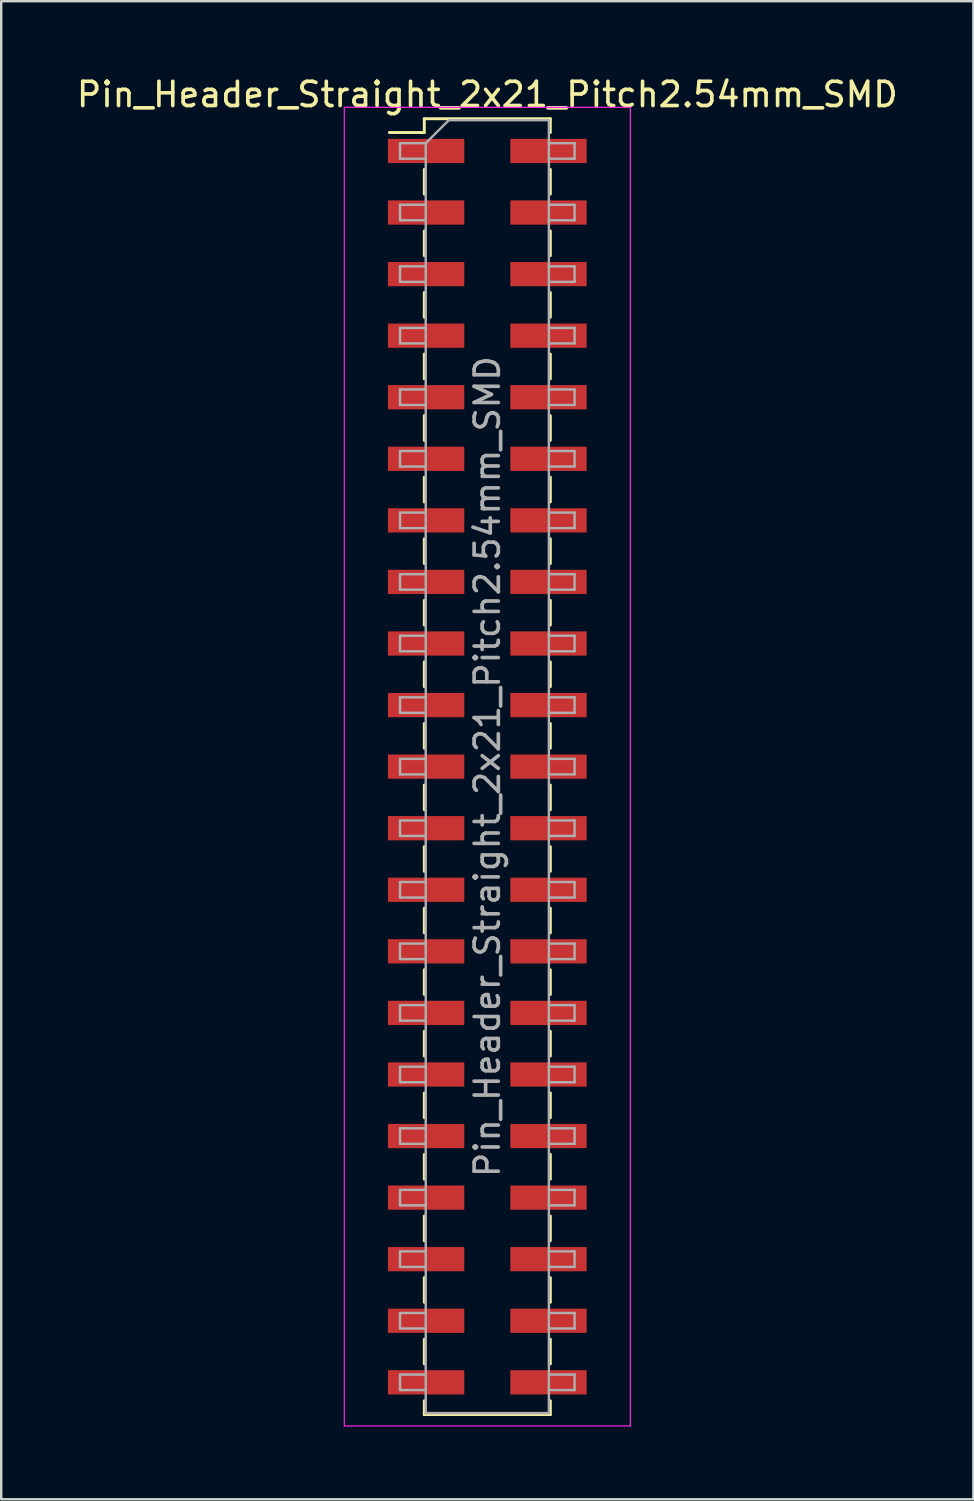
<source format=kicad_pcb>
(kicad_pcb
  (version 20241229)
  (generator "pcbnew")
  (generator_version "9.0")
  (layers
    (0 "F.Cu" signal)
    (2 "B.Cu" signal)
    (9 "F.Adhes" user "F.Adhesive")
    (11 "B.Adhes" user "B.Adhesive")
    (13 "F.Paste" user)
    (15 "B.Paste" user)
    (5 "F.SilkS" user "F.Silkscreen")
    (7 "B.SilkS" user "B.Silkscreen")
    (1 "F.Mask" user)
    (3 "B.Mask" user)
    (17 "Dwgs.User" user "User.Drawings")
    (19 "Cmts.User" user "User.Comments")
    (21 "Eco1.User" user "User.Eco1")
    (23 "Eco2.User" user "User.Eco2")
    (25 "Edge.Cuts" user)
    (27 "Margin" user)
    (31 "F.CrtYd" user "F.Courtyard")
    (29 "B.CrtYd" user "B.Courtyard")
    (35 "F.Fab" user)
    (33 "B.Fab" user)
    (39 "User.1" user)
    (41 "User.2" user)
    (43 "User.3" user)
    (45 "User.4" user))
  (footprint "Pin_Header_Straight_2x21_Pitch2.54mm_SMD"
    (layer "F.Cu")
    (at 17.054 28.578)
    (property "Reference" "Pin_Header_Straight_2x21_Pitch2.54mm_SMD" (at 0 -27.73 0) (layer "F.SilkS") (effects (font (size 1 1) (thickness 0.15))))
    (attr smd)
    (fp_line (start -4.04 -26.16) (end -2.6 -26.16) (stroke (width 0.12) (type solid)) (layer "F.SilkS"))
    (fp_line (start -2.6 -26.73) (end -2.6 -26.16) (stroke (width 0.12) (type solid)) (layer "F.SilkS"))
    (fp_line (start -2.6 -26.73) (end 2.6 -26.73) (stroke (width 0.12) (type solid)) (layer "F.SilkS"))
    (fp_line (start -2.6 -24.64) (end -2.6 -23.62) (stroke (width 0.12) (type solid)) (layer "F.SilkS"))
    (fp_line (start -2.6 -22.1) (end -2.6 -21.08) (stroke (width 0.12) (type solid)) (layer "F.SilkS"))
    (fp_line (start -2.6 -19.56) (end -2.6 -18.54) (stroke (width 0.12) (type solid)) (layer "F.SilkS"))
    (fp_line (start -2.6 -17.02) (end -2.6 -16) (stroke (width 0.12) (type solid)) (layer "F.SilkS"))
    (fp_line (start -2.6 -14.48) (end -2.6 -13.46) (stroke (width 0.12) (type solid)) (layer "F.SilkS"))
    (fp_line (start -2.6 -11.94) (end -2.6 -10.92) (stroke (width 0.12) (type solid)) (layer "F.SilkS"))
    (fp_line (start -2.6 -9.4) (end -2.6 -8.38) (stroke (width 0.12) (type solid)) (layer "F.SilkS"))
    (fp_line (start -2.6 -6.86) (end -2.6 -5.84) (stroke (width 0.12) (type solid)) (layer "F.SilkS"))
    (fp_line (start -2.6 -4.32) (end -2.6 -3.3) (stroke (width 0.12) (type solid)) (layer "F.SilkS"))
    (fp_line (start -2.6 -1.78) (end -2.6 -0.76) (stroke (width 0.12) (type solid)) (layer "F.SilkS"))
    (fp_line (start -2.6 0.76) (end -2.6 1.78) (stroke (width 0.12) (type solid)) (layer "F.SilkS"))
    (fp_line (start -2.6 3.3) (end -2.6 4.32) (stroke (width 0.12) (type solid)) (layer "F.SilkS"))
    (fp_line (start -2.6 5.84) (end -2.6 6.86) (stroke (width 0.12) (type solid)) (layer "F.SilkS"))
    (fp_line (start -2.6 8.38) (end -2.6 9.4) (stroke (width 0.12) (type solid)) (layer "F.SilkS"))
    (fp_line (start -2.6 10.92) (end -2.6 11.94) (stroke (width 0.12) (type solid)) (layer "F.SilkS"))
    (fp_line (start -2.6 13.46) (end -2.6 14.48) (stroke (width 0.12) (type solid)) (layer "F.SilkS"))
    (fp_line (start -2.6 16) (end -2.6 17.02) (stroke (width 0.12) (type solid)) (layer "F.SilkS"))
    (fp_line (start -2.6 18.54) (end -2.6 19.56) (stroke (width 0.12) (type solid)) (layer "F.SilkS"))
    (fp_line (start -2.6 21.08) (end -2.6 22.1) (stroke (width 0.12) (type solid)) (layer "F.SilkS"))
    (fp_line (start -2.6 23.62) (end -2.6 24.64) (stroke (width 0.12) (type solid)) (layer "F.SilkS"))
    (fp_line (start -2.6 26.16) (end -2.6 26.73) (stroke (width 0.12) (type solid)) (layer "F.SilkS"))
    (fp_line (start -2.6 26.73) (end 2.6 26.73) (stroke (width 0.12) (type solid)) (layer "F.SilkS"))
    (fp_line (start 2.6 -26.73) (end 2.6 -26.16) (stroke (width 0.12) (type solid)) (layer "F.SilkS"))
    (fp_line (start 2.6 -24.64) (end 2.6 -23.62) (stroke (width 0.12) (type solid)) (layer "F.SilkS"))
    (fp_line (start 2.6 -22.1) (end 2.6 -21.08) (stroke (width 0.12) (type solid)) (layer "F.SilkS"))
    (fp_line (start 2.6 -19.56) (end 2.6 -18.54) (stroke (width 0.12) (type solid)) (layer "F.SilkS"))
    (fp_line (start 2.6 -17.02) (end 2.6 -16) (stroke (width 0.12) (type solid)) (layer "F.SilkS"))
    (fp_line (start 2.6 -14.48) (end 2.6 -13.46) (stroke (width 0.12) (type solid)) (layer "F.SilkS"))
    (fp_line (start 2.6 -11.94) (end 2.6 -10.92) (stroke (width 0.12) (type solid)) (layer "F.SilkS"))
    (fp_line (start 2.6 -9.4) (end 2.6 -8.38) (stroke (width 0.12) (type solid)) (layer "F.SilkS"))
    (fp_line (start 2.6 -6.86) (end 2.6 -5.84) (stroke (width 0.12) (type solid)) (layer "F.SilkS"))
    (fp_line (start 2.6 -4.32) (end 2.6 -3.3) (stroke (width 0.12) (type solid)) (layer "F.SilkS"))
    (fp_line (start 2.6 -1.78) (end 2.6 -0.76) (stroke (width 0.12) (type solid)) (layer "F.SilkS"))
    (fp_line (start 2.6 0.76) (end 2.6 1.78) (stroke (width 0.12) (type solid)) (layer "F.SilkS"))
    (fp_line (start 2.6 3.3) (end 2.6 4.32) (stroke (width 0.12) (type solid)) (layer "F.SilkS"))
    (fp_line (start 2.6 5.84) (end 2.6 6.86) (stroke (width 0.12) (type solid)) (layer "F.SilkS"))
    (fp_line (start 2.6 8.38) (end 2.6 9.4) (stroke (width 0.12) (type solid)) (layer "F.SilkS"))
    (fp_line (start 2.6 10.92) (end 2.6 11.94) (stroke (width 0.12) (type solid)) (layer "F.SilkS"))
    (fp_line (start 2.6 13.46) (end 2.6 14.48) (stroke (width 0.12) (type solid)) (layer "F.SilkS"))
    (fp_line (start 2.6 16) (end 2.6 17.02) (stroke (width 0.12) (type solid)) (layer "F.SilkS"))
    (fp_line (start 2.6 18.54) (end 2.6 19.56) (stroke (width 0.12) (type solid)) (layer "F.SilkS"))
    (fp_line (start 2.6 21.08) (end 2.6 22.1) (stroke (width 0.12) (type solid)) (layer "F.SilkS"))
    (fp_line (start 2.6 23.62) (end 2.6 24.64) (stroke (width 0.12) (type solid)) (layer "F.SilkS"))
    (fp_line (start 2.6 26.16) (end 2.6 26.73) (stroke (width 0.12) (type solid)) (layer "F.SilkS"))
    (fp_line (start -5.9 -27.2) (end -5.9 27.2) (stroke (width 0.05) (type solid)) (layer "F.CrtYd"))
    (fp_line (start -5.9 27.2) (end 5.9 27.2) (stroke (width 0.05) (type solid)) (layer "F.CrtYd"))
    (fp_line (start 5.9 -27.2) (end -5.9 -27.2) (stroke (width 0.05) (type solid)) (layer "F.CrtYd"))
    (fp_line (start 5.9 27.2) (end 5.9 -27.2) (stroke (width 0.05) (type solid)) (layer "F.CrtYd"))
    (fp_line (start -3.6 -25.72) (end -3.6 -25.08) (stroke (width 0.1) (type solid)) (layer "F.Fab"))
    (fp_line (start -3.6 -25.08) (end -2.54 -25.08) (stroke (width 0.1) (type solid)) (layer "F.Fab"))
    (fp_line (start -3.6 -23.18) (end -3.6 -22.54) (stroke (width 0.1) (type solid)) (layer "F.Fab"))
    (fp_line (start -3.6 -22.54) (end -2.54 -22.54) (stroke (width 0.1) (type solid)) (layer "F.Fab"))
    (fp_line (start -3.6 -20.64) (end -3.6 -20) (stroke (width 0.1) (type solid)) (layer "F.Fab"))
    (fp_line (start -3.6 -20) (end -2.54 -20) (stroke (width 0.1) (type solid)) (layer "F.Fab"))
    (fp_line (start -3.6 -18.1) (end -3.6 -17.46) (stroke (width 0.1) (type solid)) (layer "F.Fab"))
    (fp_line (start -3.6 -17.46) (end -2.54 -17.46) (stroke (width 0.1) (type solid)) (layer "F.Fab"))
    (fp_line (start -3.6 -15.56) (end -3.6 -14.92) (stroke (width 0.1) (type solid)) (layer "F.Fab"))
    (fp_line (start -3.6 -14.92) (end -2.54 -14.92) (stroke (width 0.1) (type solid)) (layer "F.Fab"))
    (fp_line (start -3.6 -13.02) (end -3.6 -12.38) (stroke (width 0.1) (type solid)) (layer "F.Fab"))
    (fp_line (start -3.6 -12.38) (end -2.54 -12.38) (stroke (width 0.1) (type solid)) (layer "F.Fab"))
    (fp_line (start -3.6 -10.48) (end -3.6 -9.84) (stroke (width 0.1) (type solid)) (layer "F.Fab"))
    (fp_line (start -3.6 -9.84) (end -2.54 -9.84) (stroke (width 0.1) (type solid)) (layer "F.Fab"))
    (fp_line (start -3.6 -7.94) (end -3.6 -7.3) (stroke (width 0.1) (type solid)) (layer "F.Fab"))
    (fp_line (start -3.6 -7.3) (end -2.54 -7.3) (stroke (width 0.1) (type solid)) (layer "F.Fab"))
    (fp_line (start -3.6 -5.4) (end -3.6 -4.76) (stroke (width 0.1) (type solid)) (layer "F.Fab"))
    (fp_line (start -3.6 -4.76) (end -2.54 -4.76) (stroke (width 0.1) (type solid)) (layer "F.Fab"))
    (fp_line (start -3.6 -2.86) (end -3.6 -2.22) (stroke (width 0.1) (type solid)) (layer "F.Fab"))
    (fp_line (start -3.6 -2.22) (end -2.54 -2.22) (stroke (width 0.1) (type solid)) (layer "F.Fab"))
    (fp_line (start -3.6 -0.32) (end -3.6 0.32) (stroke (width 0.1) (type solid)) (layer "F.Fab"))
    (fp_line (start -3.6 0.32) (end -2.54 0.32) (stroke (width 0.1) (type solid)) (layer "F.Fab"))
    (fp_line (start -3.6 2.22) (end -3.6 2.86) (stroke (width 0.1) (type solid)) (layer "F.Fab"))
    (fp_line (start -3.6 2.86) (end -2.54 2.86) (stroke (width 0.1) (type solid)) (layer "F.Fab"))
    (fp_line (start -3.6 4.76) (end -3.6 5.4) (stroke (width 0.1) (type solid)) (layer "F.Fab"))
    (fp_line (start -3.6 5.4) (end -2.54 5.4) (stroke (width 0.1) (type solid)) (layer "F.Fab"))
    (fp_line (start -3.6 7.3) (end -3.6 7.94) (stroke (width 0.1) (type solid)) (layer "F.Fab"))
    (fp_line (start -3.6 7.94) (end -2.54 7.94) (stroke (width 0.1) (type solid)) (layer "F.Fab"))
    (fp_line (start -3.6 9.84) (end -3.6 10.48) (stroke (width 0.1) (type solid)) (layer "F.Fab"))
    (fp_line (start -3.6 10.48) (end -2.54 10.48) (stroke (width 0.1) (type solid)) (layer "F.Fab"))
    (fp_line (start -3.6 12.38) (end -3.6 13.02) (stroke (width 0.1) (type solid)) (layer "F.Fab"))
    (fp_line (start -3.6 13.02) (end -2.54 13.02) (stroke (width 0.1) (type solid)) (layer "F.Fab"))
    (fp_line (start -3.6 14.92) (end -3.6 15.56) (stroke (width 0.1) (type solid)) (layer "F.Fab"))
    (fp_line (start -3.6 15.56) (end -2.54 15.56) (stroke (width 0.1) (type solid)) (layer "F.Fab"))
    (fp_line (start -3.6 17.46) (end -3.6 18.1) (stroke (width 0.1) (type solid)) (layer "F.Fab"))
    (fp_line (start -3.6 18.1) (end -2.54 18.1) (stroke (width 0.1) (type solid)) (layer "F.Fab"))
    (fp_line (start -3.6 20) (end -3.6 20.64) (stroke (width 0.1) (type solid)) (layer "F.Fab"))
    (fp_line (start -3.6 20.64) (end -2.54 20.64) (stroke (width 0.1) (type solid)) (layer "F.Fab"))
    (fp_line (start -3.6 22.54) (end -3.6 23.18) (stroke (width 0.1) (type solid)) (layer "F.Fab"))
    (fp_line (start -3.6 23.18) (end -2.54 23.18) (stroke (width 0.1) (type solid)) (layer "F.Fab"))
    (fp_line (start -3.6 25.08) (end -3.6 25.72) (stroke (width 0.1) (type solid)) (layer "F.Fab"))
    (fp_line (start -3.6 25.72) (end -2.54 25.72) (stroke (width 0.1) (type solid)) (layer "F.Fab"))
    (fp_line (start -2.54 -25.72) (end -3.6 -25.72) (stroke (width 0.1) (type solid)) (layer "F.Fab"))
    (fp_line (start -2.54 -25.72) (end -1.59 -26.67) (stroke (width 0.1) (type solid)) (layer "F.Fab"))
    (fp_line (start -2.54 -23.18) (end -3.6 -23.18) (stroke (width 0.1) (type solid)) (layer "F.Fab"))
    (fp_line (start -2.54 -20.64) (end -3.6 -20.64) (stroke (width 0.1) (type solid)) (layer "F.Fab"))
    (fp_line (start -2.54 -18.1) (end -3.6 -18.1) (stroke (width 0.1) (type solid)) (layer "F.Fab"))
    (fp_line (start -2.54 -15.56) (end -3.6 -15.56) (stroke (width 0.1) (type solid)) (layer "F.Fab"))
    (fp_line (start -2.54 -13.02) (end -3.6 -13.02) (stroke (width 0.1) (type solid)) (layer "F.Fab"))
    (fp_line (start -2.54 -10.48) (end -3.6 -10.48) (stroke (width 0.1) (type solid)) (layer "F.Fab"))
    (fp_line (start -2.54 -7.94) (end -3.6 -7.94) (stroke (width 0.1) (type solid)) (layer "F.Fab"))
    (fp_line (start -2.54 -5.4) (end -3.6 -5.4) (stroke (width 0.1) (type solid)) (layer "F.Fab"))
    (fp_line (start -2.54 -2.86) (end -3.6 -2.86) (stroke (width 0.1) (type solid)) (layer "F.Fab"))
    (fp_line (start -2.54 -0.32) (end -3.6 -0.32) (stroke (width 0.1) (type solid)) (layer "F.Fab"))
    (fp_line (start -2.54 2.22) (end -3.6 2.22) (stroke (width 0.1) (type solid)) (layer "F.Fab"))
    (fp_line (start -2.54 4.76) (end -3.6 4.76) (stroke (width 0.1) (type solid)) (layer "F.Fab"))
    (fp_line (start -2.54 7.3) (end -3.6 7.3) (stroke (width 0.1) (type solid)) (layer "F.Fab"))
    (fp_line (start -2.54 9.84) (end -3.6 9.84) (stroke (width 0.1) (type solid)) (layer "F.Fab"))
    (fp_line (start -2.54 12.38) (end -3.6 12.38) (stroke (width 0.1) (type solid)) (layer "F.Fab"))
    (fp_line (start -2.54 14.92) (end -3.6 14.92) (stroke (width 0.1) (type solid)) (layer "F.Fab"))
    (fp_line (start -2.54 17.46) (end -3.6 17.46) (stroke (width 0.1) (type solid)) (layer "F.Fab"))
    (fp_line (start -2.54 20) (end -3.6 20) (stroke (width 0.1) (type solid)) (layer "F.Fab"))
    (fp_line (start -2.54 22.54) (end -3.6 22.54) (stroke (width 0.1) (type solid)) (layer "F.Fab"))
    (fp_line (start -2.54 25.08) (end -3.6 25.08) (stroke (width 0.1) (type solid)) (layer "F.Fab"))
    (fp_line (start -2.54 26.67) (end -2.54 -25.72) (stroke (width 0.1) (type solid)) (layer "F.Fab"))
    (fp_line (start -1.59 -26.67) (end 2.54 -26.67) (stroke (width 0.1) (type solid)) (layer "F.Fab"))
    (fp_line (start 2.54 -26.67) (end 2.54 26.67) (stroke (width 0.1) (type solid)) (layer "F.Fab"))
    (fp_line (start 2.54 -25.72) (end 3.6 -25.72) (stroke (width 0.1) (type solid)) (layer "F.Fab"))
    (fp_line (start 2.54 -23.18) (end 3.6 -23.18) (stroke (width 0.1) (type solid)) (layer "F.Fab"))
    (fp_line (start 2.54 -20.64) (end 3.6 -20.64) (stroke (width 0.1) (type solid)) (layer "F.Fab"))
    (fp_line (start 2.54 -18.1) (end 3.6 -18.1) (stroke (width 0.1) (type solid)) (layer "F.Fab"))
    (fp_line (start 2.54 -15.56) (end 3.6 -15.56) (stroke (width 0.1) (type solid)) (layer "F.Fab"))
    (fp_line (start 2.54 -13.02) (end 3.6 -13.02) (stroke (width 0.1) (type solid)) (layer "F.Fab"))
    (fp_line (start 2.54 -10.48) (end 3.6 -10.48) (stroke (width 0.1) (type solid)) (layer "F.Fab"))
    (fp_line (start 2.54 -7.94) (end 3.6 -7.94) (stroke (width 0.1) (type solid)) (layer "F.Fab"))
    (fp_line (start 2.54 -5.4) (end 3.6 -5.4) (stroke (width 0.1) (type solid)) (layer "F.Fab"))
    (fp_line (start 2.54 -2.86) (end 3.6 -2.86) (stroke (width 0.1) (type solid)) (layer "F.Fab"))
    (fp_line (start 2.54 -0.32) (end 3.6 -0.32) (stroke (width 0.1) (type solid)) (layer "F.Fab"))
    (fp_line (start 2.54 2.22) (end 3.6 2.22) (stroke (width 0.1) (type solid)) (layer "F.Fab"))
    (fp_line (start 2.54 4.76) (end 3.6 4.76) (stroke (width 0.1) (type solid)) (layer "F.Fab"))
    (fp_line (start 2.54 7.3) (end 3.6 7.3) (stroke (width 0.1) (type solid)) (layer "F.Fab"))
    (fp_line (start 2.54 9.84) (end 3.6 9.84) (stroke (width 0.1) (type solid)) (layer "F.Fab"))
    (fp_line (start 2.54 12.38) (end 3.6 12.38) (stroke (width 0.1) (type solid)) (layer "F.Fab"))
    (fp_line (start 2.54 14.92) (end 3.6 14.92) (stroke (width 0.1) (type solid)) (layer "F.Fab"))
    (fp_line (start 2.54 17.46) (end 3.6 17.46) (stroke (width 0.1) (type solid)) (layer "F.Fab"))
    (fp_line (start 2.54 20) (end 3.6 20) (stroke (width 0.1) (type solid)) (layer "F.Fab"))
    (fp_line (start 2.54 22.54) (end 3.6 22.54) (stroke (width 0.1) (type solid)) (layer "F.Fab"))
    (fp_line (start 2.54 25.08) (end 3.6 25.08) (stroke (width 0.1) (type solid)) (layer "F.Fab"))
    (fp_line (start 2.54 26.67) (end -2.54 26.67) (stroke (width 0.1) (type solid)) (layer "F.Fab"))
    (fp_line (start 3.6 -25.72) (end 3.6 -25.08) (stroke (width 0.1) (type solid)) (layer "F.Fab"))
    (fp_line (start 3.6 -25.08) (end 2.54 -25.08) (stroke (width 0.1) (type solid)) (layer "F.Fab"))
    (fp_line (start 3.6 -23.18) (end 3.6 -22.54) (stroke (width 0.1) (type solid)) (layer "F.Fab"))
    (fp_line (start 3.6 -22.54) (end 2.54 -22.54) (stroke (width 0.1) (type solid)) (layer "F.Fab"))
    (fp_line (start 3.6 -20.64) (end 3.6 -20) (stroke (width 0.1) (type solid)) (layer "F.Fab"))
    (fp_line (start 3.6 -20) (end 2.54 -20) (stroke (width 0.1) (type solid)) (layer "F.Fab"))
    (fp_line (start 3.6 -18.1) (end 3.6 -17.46) (stroke (width 0.1) (type solid)) (layer "F.Fab"))
    (fp_line (start 3.6 -17.46) (end 2.54 -17.46) (stroke (width 0.1) (type solid)) (layer "F.Fab"))
    (fp_line (start 3.6 -15.56) (end 3.6 -14.92) (stroke (width 0.1) (type solid)) (layer "F.Fab"))
    (fp_line (start 3.6 -14.92) (end 2.54 -14.92) (stroke (width 0.1) (type solid)) (layer "F.Fab"))
    (fp_line (start 3.6 -13.02) (end 3.6 -12.38) (stroke (width 0.1) (type solid)) (layer "F.Fab"))
    (fp_line (start 3.6 -12.38) (end 2.54 -12.38) (stroke (width 0.1) (type solid)) (layer "F.Fab"))
    (fp_line (start 3.6 -10.48) (end 3.6 -9.84) (stroke (width 0.1) (type solid)) (layer "F.Fab"))
    (fp_line (start 3.6 -9.84) (end 2.54 -9.84) (stroke (width 0.1) (type solid)) (layer "F.Fab"))
    (fp_line (start 3.6 -7.94) (end 3.6 -7.3) (stroke (width 0.1) (type solid)) (layer "F.Fab"))
    (fp_line (start 3.6 -7.3) (end 2.54 -7.3) (stroke (width 0.1) (type solid)) (layer "F.Fab"))
    (fp_line (start 3.6 -5.4) (end 3.6 -4.76) (stroke (width 0.1) (type solid)) (layer "F.Fab"))
    (fp_line (start 3.6 -4.76) (end 2.54 -4.76) (stroke (width 0.1) (type solid)) (layer "F.Fab"))
    (fp_line (start 3.6 -2.86) (end 3.6 -2.22) (stroke (width 0.1) (type solid)) (layer "F.Fab"))
    (fp_line (start 3.6 -2.22) (end 2.54 -2.22) (stroke (width 0.1) (type solid)) (layer "F.Fab"))
    (fp_line (start 3.6 -0.32) (end 3.6 0.32) (stroke (width 0.1) (type solid)) (layer "F.Fab"))
    (fp_line (start 3.6 0.32) (end 2.54 0.32) (stroke (width 0.1) (type solid)) (layer "F.Fab"))
    (fp_line (start 3.6 2.22) (end 3.6 2.86) (stroke (width 0.1) (type solid)) (layer "F.Fab"))
    (fp_line (start 3.6 2.86) (end 2.54 2.86) (stroke (width 0.1) (type solid)) (layer "F.Fab"))
    (fp_line (start 3.6 4.76) (end 3.6 5.4) (stroke (width 0.1) (type solid)) (layer "F.Fab"))
    (fp_line (start 3.6 5.4) (end 2.54 5.4) (stroke (width 0.1) (type solid)) (layer "F.Fab"))
    (fp_line (start 3.6 7.3) (end 3.6 7.94) (stroke (width 0.1) (type solid)) (layer "F.Fab"))
    (fp_line (start 3.6 7.94) (end 2.54 7.94) (stroke (width 0.1) (type solid)) (layer "F.Fab"))
    (fp_line (start 3.6 9.84) (end 3.6 10.48) (stroke (width 0.1) (type solid)) (layer "F.Fab"))
    (fp_line (start 3.6 10.48) (end 2.54 10.48) (stroke (width 0.1) (type solid)) (layer "F.Fab"))
    (fp_line (start 3.6 12.38) (end 3.6 13.02) (stroke (width 0.1) (type solid)) (layer "F.Fab"))
    (fp_line (start 3.6 13.02) (end 2.54 13.02) (stroke (width 0.1) (type solid)) (layer "F.Fab"))
    (fp_line (start 3.6 14.92) (end 3.6 15.56) (stroke (width 0.1) (type solid)) (layer "F.Fab"))
    (fp_line (start 3.6 15.56) (end 2.54 15.56) (stroke (width 0.1) (type solid)) (layer "F.Fab"))
    (fp_line (start 3.6 17.46) (end 3.6 18.1) (stroke (width 0.1) (type solid)) (layer "F.Fab"))
    (fp_line (start 3.6 18.1) (end 2.54 18.1) (stroke (width 0.1) (type solid)) (layer "F.Fab"))
    (fp_line (start 3.6 20) (end 3.6 20.64) (stroke (width 0.1) (type solid)) (layer "F.Fab"))
    (fp_line (start 3.6 20.64) (end 2.54 20.64) (stroke (width 0.1) (type solid)) (layer "F.Fab"))
    (fp_line (start 3.6 22.54) (end 3.6 23.18) (stroke (width 0.1) (type solid)) (layer "F.Fab"))
    (fp_line (start 3.6 23.18) (end 2.54 23.18) (stroke (width 0.1) (type solid)) (layer "F.Fab"))
    (fp_line (start 3.6 25.08) (end 3.6 25.72) (stroke (width 0.1) (type solid)) (layer "F.Fab"))
    (fp_line (start 3.6 25.72) (end 2.54 25.72) (stroke (width 0.1) (type solid)) (layer "F.Fab"))
    (fp_text user "${REFERENCE}" (at 0 0 90) (layer "F.Fab") (effects (font (size 1 1) (thickness 0.15))))
    (pad "1" smd rect (at -2.525 -25.4) (size 3.15 1) (layers "F.Cu" "F.Mask" "F.Paste"))
    (pad "2" smd rect (at 2.525 -25.4) (size 3.15 1) (layers "F.Cu" "F.Mask" "F.Paste"))
    (pad "3" smd rect (at -2.525 -22.86) (size 3.15 1) (layers "F.Cu" "F.Mask" "F.Paste"))
    (pad "4" smd rect (at 2.525 -22.86) (size 3.15 1) (layers "F.Cu" "F.Mask" "F.Paste"))
    (pad "5" smd rect (at -2.525 -20.32) (size 3.15 1) (layers "F.Cu" "F.Mask" "F.Paste"))
    (pad "6" smd rect (at 2.525 -20.32) (size 3.15 1) (layers "F.Cu" "F.Mask" "F.Paste"))
    (pad "7" smd rect (at -2.525 -17.78) (size 3.15 1) (layers "F.Cu" "F.Mask" "F.Paste"))
    (pad "8" smd rect (at 2.525 -17.78) (size 3.15 1) (layers "F.Cu" "F.Mask" "F.Paste"))
    (pad "9" smd rect (at -2.525 -15.24) (size 3.15 1) (layers "F.Cu" "F.Mask" "F.Paste"))
    (pad "10" smd rect (at 2.525 -15.24) (size 3.15 1) (layers "F.Cu" "F.Mask" "F.Paste"))
    (pad "11" smd rect (at -2.525 -12.7) (size 3.15 1) (layers "F.Cu" "F.Mask" "F.Paste"))
    (pad "12" smd rect (at 2.525 -12.7) (size 3.15 1) (layers "F.Cu" "F.Mask" "F.Paste"))
    (pad "13" smd rect (at -2.525 -10.16) (size 3.15 1) (layers "F.Cu" "F.Mask" "F.Paste"))
    (pad "14" smd rect (at 2.525 -10.16) (size 3.15 1) (layers "F.Cu" "F.Mask" "F.Paste"))
    (pad "15" smd rect (at -2.525 -7.62) (size 3.15 1) (layers "F.Cu" "F.Mask" "F.Paste"))
    (pad "16" smd rect (at 2.525 -7.62) (size 3.15 1) (layers "F.Cu" "F.Mask" "F.Paste"))
    (pad "17" smd rect (at -2.525 -5.08) (size 3.15 1) (layers "F.Cu" "F.Mask" "F.Paste"))
    (pad "18" smd rect (at 2.525 -5.08) (size 3.15 1) (layers "F.Cu" "F.Mask" "F.Paste"))
    (pad "19" smd rect (at -2.525 -2.54) (size 3.15 1) (layers "F.Cu" "F.Mask" "F.Paste"))
    (pad "20" smd rect (at 2.525 -2.54) (size 3.15 1) (layers "F.Cu" "F.Mask" "F.Paste"))
    (pad "21" smd rect (at -2.525 0) (size 3.15 1) (layers "F.Cu" "F.Mask" "F.Paste"))
    (pad "22" smd rect (at 2.525 0) (size 3.15 1) (layers "F.Cu" "F.Mask" "F.Paste"))
    (pad "23" smd rect (at -2.525 2.54) (size 3.15 1) (layers "F.Cu" "F.Mask" "F.Paste"))
    (pad "24" smd rect (at 2.525 2.54) (size 3.15 1) (layers "F.Cu" "F.Mask" "F.Paste"))
    (pad "25" smd rect (at -2.525 5.08) (size 3.15 1) (layers "F.Cu" "F.Mask" "F.Paste"))
    (pad "26" smd rect (at 2.525 5.08) (size 3.15 1) (layers "F.Cu" "F.Mask" "F.Paste"))
    (pad "27" smd rect (at -2.525 7.62) (size 3.15 1) (layers "F.Cu" "F.Mask" "F.Paste"))
    (pad "28" smd rect (at 2.525 7.62) (size 3.15 1) (layers "F.Cu" "F.Mask" "F.Paste"))
    (pad "29" smd rect (at -2.525 10.16) (size 3.15 1) (layers "F.Cu" "F.Mask" "F.Paste"))
    (pad "30" smd rect (at 2.525 10.16) (size 3.15 1) (layers "F.Cu" "F.Mask" "F.Paste"))
    (pad "31" smd rect (at -2.525 12.7) (size 3.15 1) (layers "F.Cu" "F.Mask" "F.Paste"))
    (pad "32" smd rect (at 2.525 12.7) (size 3.15 1) (layers "F.Cu" "F.Mask" "F.Paste"))
    (pad "33" smd rect (at -2.525 15.24) (size 3.15 1) (layers "F.Cu" "F.Mask" "F.Paste"))
    (pad "34" smd rect (at 2.525 15.24) (size 3.15 1) (layers "F.Cu" "F.Mask" "F.Paste"))
    (pad "35" smd rect (at -2.525 17.78) (size 3.15 1) (layers "F.Cu" "F.Mask" "F.Paste"))
    (pad "36" smd rect (at 2.525 17.78) (size 3.15 1) (layers "F.Cu" "F.Mask" "F.Paste"))
    (pad "37" smd rect (at -2.525 20.32) (size 3.15 1) (layers "F.Cu" "F.Mask" "F.Paste"))
    (pad "38" smd rect (at 2.525 20.32) (size 3.15 1) (layers "F.Cu" "F.Mask" "F.Paste"))
    (pad "39" smd rect (at -2.525 22.86) (size 3.15 1) (layers "F.Cu" "F.Mask" "F.Paste"))
    (pad "40" smd rect (at 2.525 22.86) (size 3.15 1) (layers "F.Cu" "F.Mask" "F.Paste"))
    (pad "41" smd rect (at -2.525 25.4) (size 3.15 1) (layers "F.Cu" "F.Mask" "F.Paste"))
    (pad "42" smd rect (at 2.525 25.4) (size 3.15 1) (layers "F.Cu" "F.Mask" "F.Paste")))
  (gr_rect
    (start -3 -3)
    (end 37.107 58.803)
    (stroke (width 0.1) (type default))
    (fill no)
    (layer "Edge.Cuts")))
</source>
